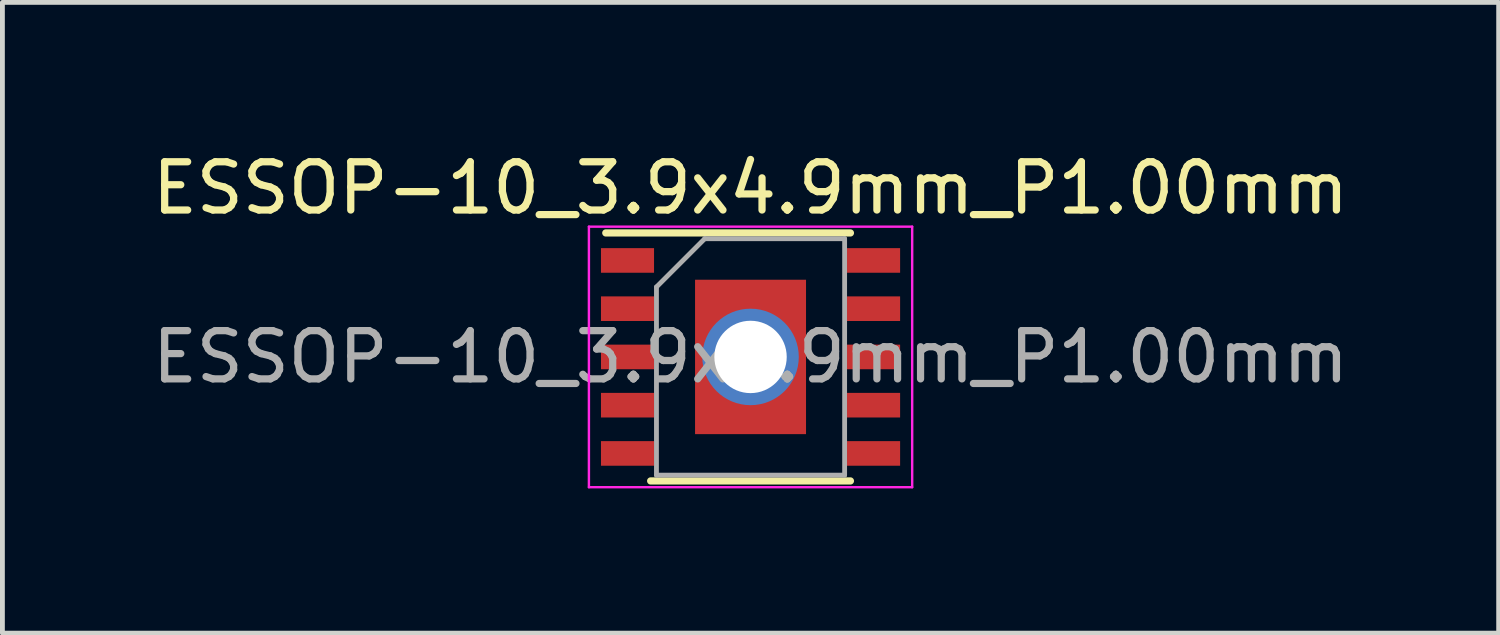
<source format=kicad_pcb>
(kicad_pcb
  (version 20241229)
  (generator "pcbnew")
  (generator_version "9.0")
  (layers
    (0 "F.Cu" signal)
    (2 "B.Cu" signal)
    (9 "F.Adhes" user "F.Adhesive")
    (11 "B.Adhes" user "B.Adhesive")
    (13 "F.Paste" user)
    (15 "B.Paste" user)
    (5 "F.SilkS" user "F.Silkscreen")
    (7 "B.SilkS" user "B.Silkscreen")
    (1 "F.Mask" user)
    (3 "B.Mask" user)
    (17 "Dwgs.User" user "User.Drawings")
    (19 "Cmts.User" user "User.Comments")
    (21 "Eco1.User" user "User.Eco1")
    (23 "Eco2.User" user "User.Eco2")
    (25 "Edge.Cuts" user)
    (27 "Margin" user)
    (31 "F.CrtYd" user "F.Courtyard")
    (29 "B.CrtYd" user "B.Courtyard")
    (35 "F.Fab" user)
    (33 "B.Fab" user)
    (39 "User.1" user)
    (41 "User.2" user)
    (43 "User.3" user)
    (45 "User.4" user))
  (footprint "ESSOP-10_3.9x4.9mm_P1.00mm"
    (layer "F.Cu")
    (at 12.506 4.348)
    (property "Reference" "ESSOP-10_3.9x4.9mm_P1.00mm" (at 0 -3.5 0) (layer "F.SilkS") (effects (font (size 1 1) (thickness 0.15))))
    (attr smd)
    (fp_line (start -3 -2.57) (end 2.07 -2.57) (stroke (width 0.15) (type solid)) (layer "F.SilkS"))
    (fp_line (start -2.07 2.57) (end 2.07 2.57) (stroke (width 0.15) (type solid)) (layer "F.SilkS"))
    (fp_line (start -3.35 -2.7) (end -3.35 2.7) (stroke (width 0.05) (type solid)) (layer "F.CrtYd"))
    (fp_line (start -3.35 -2.7) (end 3.35 -2.7) (stroke (width 0.05) (type solid)) (layer "F.CrtYd"))
    (fp_line (start -3.35 2.7) (end 3.35 2.7) (stroke (width 0.05) (type solid)) (layer "F.CrtYd"))
    (fp_line (start 3.35 -2.7) (end 3.35 2.7) (stroke (width 0.05) (type solid)) (layer "F.CrtYd"))
    (fp_line (start -1.95 -1.45) (end -0.95 -2.45) (stroke (width 0.1) (type solid)) (layer "F.Fab"))
    (fp_line (start -1.95 2.45) (end -1.95 -1.45) (stroke (width 0.1) (type solid)) (layer "F.Fab"))
    (fp_line (start -0.95 -2.45) (end 1.95 -2.45) (stroke (width 0.1) (type solid)) (layer "F.Fab"))
    (fp_line (start 1.95 -2.45) (end 1.95 2.45) (stroke (width 0.1) (type solid)) (layer "F.Fab"))
    (fp_line (start 1.95 2.45) (end -1.95 2.45) (stroke (width 0.1) (type solid)) (layer "F.Fab"))
    (fp_text user "${REFERENCE}" (at 0 0 0) (layer "F.Fab") (effects (font (size 1 1) (thickness 0.15))))
    (pad "0" thru_hole circle (at 0 0) (size 2 2) (drill 1.5) (layers "*.Cu" "*.Mask"))
    (pad "0" smd rect (at 0 0) (size 2.3 3.2) (layers "F.Cu" "F.Mask" "F.Paste"))
    (pad "1" smd rect (at -2.55 -2) (size 1.1 0.51) (layers "F.Cu" "F.Mask" "F.Paste"))
    (pad "2" smd rect (at -2.55 -1) (size 1.1 0.51) (layers "F.Cu" "F.Mask" "F.Paste"))
    (pad "3" smd rect (at -2.55 0) (size 1.1 0.51) (layers "F.Cu" "F.Mask" "F.Paste"))
    (pad "4" smd rect (at -2.55 1) (size 1.1 0.51) (layers "F.Cu" "F.Mask" "F.Paste"))
    (pad "5" smd rect (at -2.55 2) (size 1.1 0.51) (layers "F.Cu" "F.Mask" "F.Paste"))
    (pad "6" smd rect (at 2.55 2) (size 1.1 0.51) (layers "F.Cu" "F.Mask" "F.Paste"))
    (pad "7" smd rect (at 2.55 1) (size 1.1 0.51) (layers "F.Cu" "F.Mask" "F.Paste"))
    (pad "8" smd rect (at 2.55 0) (size 1.1 0.51) (layers "F.Cu" "F.Mask" "F.Paste"))
    (pad "9" smd rect (at 2.55 -1) (size 1.1 0.51) (layers "F.Cu" "F.Mask" "F.Paste"))
    (pad "10" smd rect (at 2.55 -2) (size 1.1 0.51) (layers "F.Cu" "F.Mask" "F.Paste")))
  (gr_rect
    (start -3 -3)
    (end 28.012 10.073)
    (stroke (width 0.1) (type default))
    (fill no)
    (layer "Edge.Cuts")))
</source>
